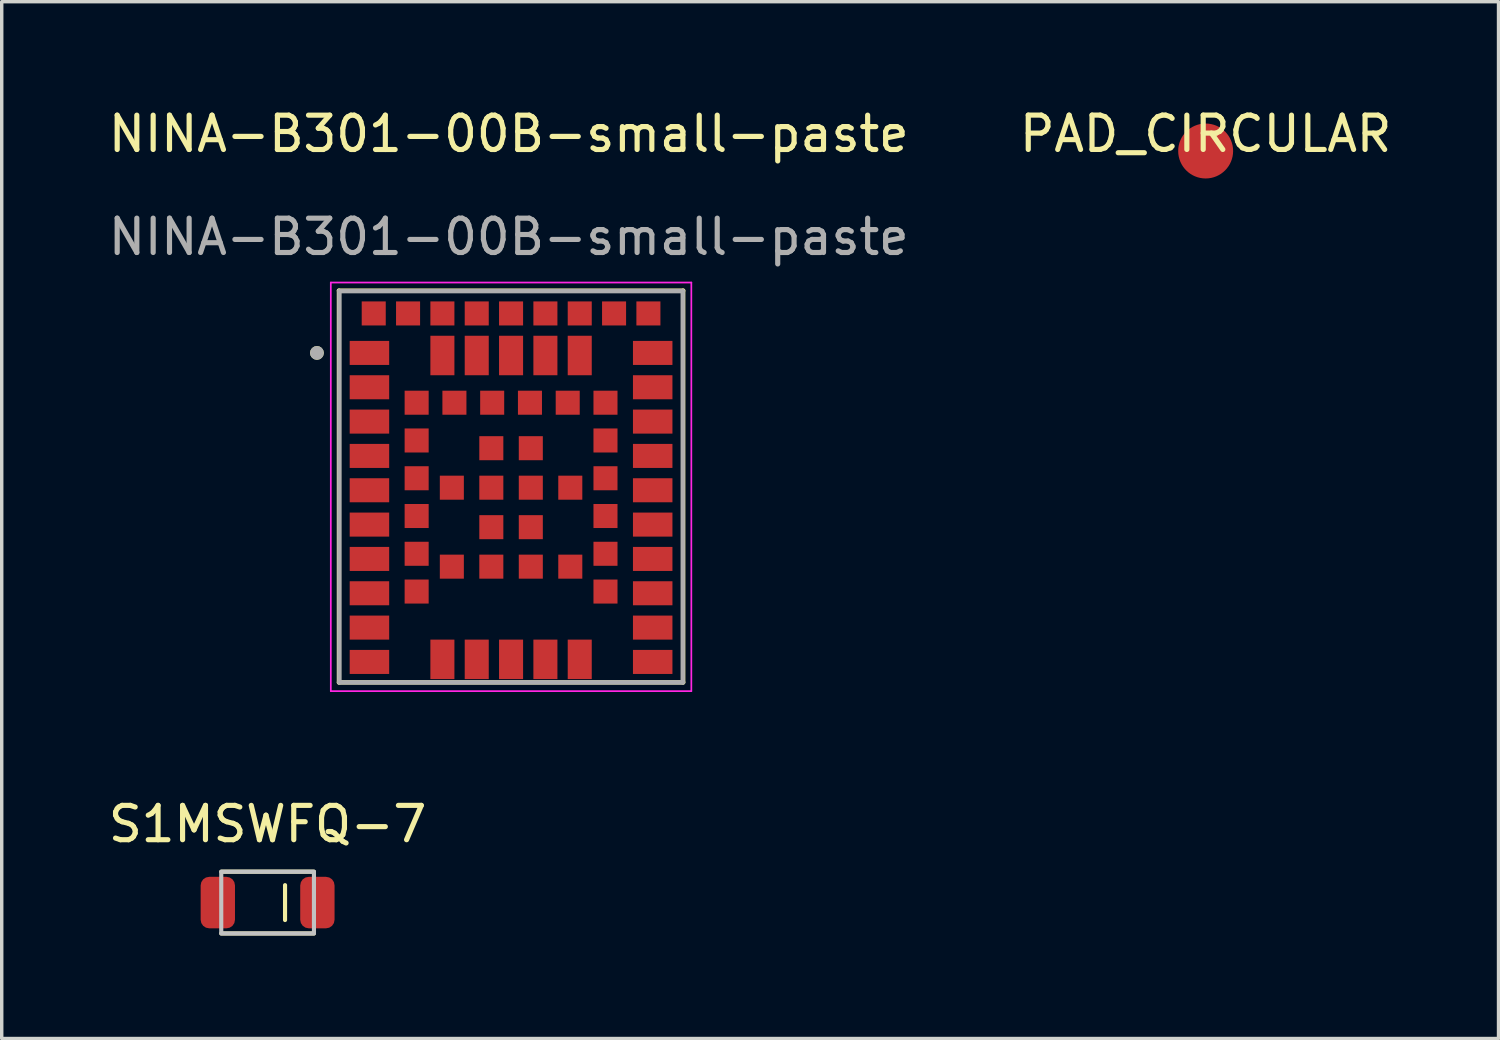
<source format=kicad_pcb>
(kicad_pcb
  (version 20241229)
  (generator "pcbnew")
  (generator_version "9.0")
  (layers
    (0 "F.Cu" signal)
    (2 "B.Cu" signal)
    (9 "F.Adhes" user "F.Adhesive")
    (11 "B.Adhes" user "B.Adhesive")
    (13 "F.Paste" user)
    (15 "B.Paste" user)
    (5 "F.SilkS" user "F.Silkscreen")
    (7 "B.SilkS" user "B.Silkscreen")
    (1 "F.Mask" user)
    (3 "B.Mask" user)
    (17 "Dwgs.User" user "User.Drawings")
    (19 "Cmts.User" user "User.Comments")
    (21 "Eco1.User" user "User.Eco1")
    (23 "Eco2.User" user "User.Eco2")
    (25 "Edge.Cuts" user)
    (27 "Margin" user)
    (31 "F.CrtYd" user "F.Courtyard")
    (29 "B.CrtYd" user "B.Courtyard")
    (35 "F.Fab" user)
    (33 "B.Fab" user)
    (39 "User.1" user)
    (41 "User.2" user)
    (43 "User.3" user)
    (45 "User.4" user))
  (footprint "S1MSWFQ-7"
    (layer "F.Cu")
    (at 4.744 23.238)
    (property "Reference" "S1MSWFQ-7" (at 0 -2.286 0) (unlocked yes) (layer "F.SilkS") (effects (font (size 1 1) (thickness 0.15))))
    (attr smd)
    (fp_line (start 0.508 -0.508) (end 0.508 0.508) (stroke (width 0.12) (type default)) (layer "F.SilkS"))
    (fp_line (start 1.35 -0.9) (end -1.35 -0.9) (stroke (width 0.12) (type default)) (layer "F.SilkS"))
    (fp_line (start 1.35 0.9) (end -1.35 0.9) (stroke (width 0.12) (type default)) (layer "F.SilkS"))
    (fp_rect (start -1.35 -0.9) (end 1.35 0.9) (stroke (width 0.12) (type default)) (fill no) (layer "Dwgs.User"))
    (pad "1" smd roundrect (at -1.45 0) (size 1 1.5) (layers "F.Cu" "F.Mask" "F.Paste") (roundrect_rratio 0.25))
    (pad "2" smd roundrect (at 1.45 0) (size 1 1.5) (layers "F.Cu" "F.Mask" "F.Paste") (roundrect_rratio 0.25)))
  (footprint "PAD_CIRCULAR"
    (layer "F.Cu")
    (at 32.065 1.348)
    (property "Reference" "PAD_CIRCULAR" (at 0 -0.5 0) (unlocked yes) (layer "F.SilkS") (effects (font (size 1 1) (thickness 0.15))))
    (attr smd)
    (pad "1" smd circle (at 0 0) (size 1.6 1.6) (layers "F.Cu" "F.Mask" "F.Paste")))
  (footprint "NINA-B301-00B-small-paste"
    (layer "F.Cu")
    (at 11.835 11.73)
    (property "Reference" "NINA-B301-00B-small-paste" (at -0.067 -10.881 0) (unlocked yes) (layer "F.SilkS") (effects (font (size 1 1) (thickness 0.15))))
    (attr smd)
    (fp_line (start -5.013 -6.314) (end 5.013 -6.314) (stroke (width 0.127) (type solid)) (layer "F.SilkS"))
    (fp_line (start -5.013 5.095) (end -5.013 -6.314) (stroke (width 0.127) (type solid)) (layer "F.SilkS"))
    (fp_line (start 5.013 -6.314) (end 5.013 5.095) (stroke (width 0.127) (type solid)) (layer "F.SilkS"))
    (fp_line (start 5.013 5.095) (end -5.013 5.095) (stroke (width 0.127) (type solid)) (layer "F.SilkS"))
    (fp_circle (center -5.654 -4.501) (end -5.554 -4.501) (stroke (width 0.2) (type solid)) (fill no) (layer "F.SilkS"))
    (fp_line (start -5.25 -6.551) (end 5.25 -6.551) (stroke (width 0.05) (type solid)) (layer "F.CrtYd"))
    (fp_line (start -5.25 5.349) (end -5.25 -6.551) (stroke (width 0.05) (type solid)) (layer "F.CrtYd"))
    (fp_line (start 5.25 -6.551) (end 5.25 5.349) (stroke (width 0.05) (type solid)) (layer "F.CrtYd"))
    (fp_line (start 5.25 5.349) (end -5.25 5.349) (stroke (width 0.05) (type solid)) (layer "F.CrtYd"))
    (fp_line (start -5 -6.301) (end 5 -6.301) (stroke (width 0.127) (type solid)) (layer "F.Fab"))
    (fp_line (start -5 5.095) (end -5 -6.301) (stroke (width 0.127) (type solid)) (layer "F.Fab"))
    (fp_line (start 5 -6.301) (end 5 5.095) (stroke (width 0.127) (type solid)) (layer "F.Fab"))
    (fp_line (start 5 5.095) (end -5 5.095) (stroke (width 0.127) (type solid)) (layer "F.Fab"))
    (fp_circle (center -5.654 -4.501) (end -5.554 -4.501) (stroke (width 0.2) (type solid)) (fill no) (layer "F.Fab"))
    (fp_text user "${REFERENCE}" (at -0.067 -7.881 0) (unlocked yes) (layer "F.Fab") (effects (font (size 1 1) (thickness 0.15))))
    (pad "1" smd rect (at -4.125 -4.501) (size 0.7 0.5) (layers "F.Cu" "F.Paste"))
    (pad "1" smd rect (at -4.125 -4.501) (size 1.15 0.7) (layers "F.Cu" "F.Mask"))
    (pad "2" smd rect (at -4.125 -3.501) (size 0.7 0.5) (layers "F.Cu" "F.Paste"))
    (pad "2" smd rect (at -4.125 -3.501) (size 1.15 0.7) (layers "F.Cu" "F.Mask"))
    (pad "3" smd rect (at -4.125 -2.501) (size 0.7 0.5) (layers "F.Cu" "F.Paste"))
    (pad "3" smd rect (at -4.125 -2.501) (size 1.15 0.7) (layers "F.Cu" "F.Mask"))
    (pad "4" smd rect (at -4.125 -1.501) (size 0.7 0.5) (layers "F.Cu" "F.Paste"))
    (pad "4" smd rect (at -4.125 -1.501) (size 1.15 0.7) (layers "F.Cu" "F.Mask"))
    (pad "5" smd rect (at -4.125 -0.501) (size 0.7 0.5) (layers "F.Cu" "F.Paste"))
    (pad "5" smd rect (at -4.125 -0.501) (size 1.15 0.7) (layers "F.Cu" "F.Mask"))
    (pad "6" smd rect (at -4.125 0.499) (size 0.7 0.5) (layers "F.Cu" "F.Paste"))
    (pad "6" smd rect (at -4.125 0.499) (size 1.15 0.7) (layers "F.Cu" "F.Mask"))
    (pad "7" smd rect (at -4.125 1.499) (size 0.7 0.5) (layers "F.Cu" "F.Paste"))
    (pad "7" smd rect (at -4.125 1.499) (size 1.15 0.7) (layers "F.Cu" "F.Mask"))
    (pad "8" smd rect (at -4.125 2.499) (size 0.7 0.5) (layers "F.Cu" "F.Paste"))
    (pad "8" smd rect (at -4.125 2.499) (size 1.15 0.7) (layers "F.Cu" "F.Mask"))
    (pad "9" smd rect (at -4.125 3.499) (size 0.7 0.5) (layers "F.Cu" "F.Paste"))
    (pad "9" smd rect (at -4.125 3.499) (size 1.15 0.7) (layers "F.Cu" "F.Mask"))
    (pad "10" smd rect (at -4.125 4.499) (size 0.7 0.5) (layers "F.Cu" "F.Paste"))
    (pad "10" smd rect (at -4.125 4.499) (size 1.15 0.7) (layers "F.Cu" "F.Mask"))
    (pad "11" smd rect (at -2 4.424 90) (size 0.7 0.5) (layers "F.Cu" "F.Paste"))
    (pad "11" smd rect (at -2 4.424 90) (size 1.15 0.7) (layers "F.Cu" "F.Mask"))
    (pad "12" smd rect (at -1 4.424 90) (size 0.7 0.5) (layers "F.Cu" "F.Paste"))
    (pad "12" smd rect (at -1 4.424 90) (size 1.15 0.7) (layers "F.Cu" "F.Mask"))
    (pad "13" smd rect (at 0 4.424 90) (size 0.7 0.5) (layers "F.Cu" "F.Paste"))
    (pad "13" smd rect (at 0 4.424 90) (size 1.15 0.7) (layers "F.Cu" "F.Mask"))
    (pad "14" smd rect (at 1 4.424 90) (size 0.7 0.5) (layers "F.Cu" "F.Paste"))
    (pad "14" smd rect (at 1 4.424 90) (size 1.15 0.7) (layers "F.Cu" "F.Mask"))
    (pad "15" smd rect (at 2 4.424 90) (size 0.7 0.5) (layers "F.Cu" "F.Paste"))
    (pad "15" smd rect (at 2 4.424 90) (size 1.15 0.7) (layers "F.Cu" "F.Mask"))
    (pad "16" smd rect (at 4.125 4.499) (size 0.7 0.5) (layers "F.Cu" "F.Paste"))
    (pad "16" smd rect (at 4.125 4.499) (size 1.15 0.7) (layers "F.Cu" "F.Mask"))
    (pad "17" smd rect (at 4.125 3.499) (size 0.7 0.5) (layers "F.Cu" "F.Paste"))
    (pad "17" smd rect (at 4.125 3.499) (size 1.15 0.7) (layers "F.Cu" "F.Mask"))
    (pad "18" smd rect (at 4.125 2.499) (size 0.7 0.5) (layers "F.Cu" "F.Paste"))
    (pad "18" smd rect (at 4.125 2.499) (size 1.15 0.7) (layers "F.Cu" "F.Mask"))
    (pad "19" smd rect (at 4.125 1.499) (size 0.7 0.5) (layers "F.Cu" "F.Paste"))
    (pad "19" smd rect (at 4.125 1.499) (size 1.15 0.7) (layers "F.Cu" "F.Mask"))
    (pad "20" smd rect (at 4.125 0.499) (size 0.7 0.5) (layers "F.Cu" "F.Paste"))
    (pad "20" smd rect (at 4.125 0.499) (size 1.15 0.7) (layers "F.Cu" "F.Mask"))
    (pad "21" smd rect (at 4.125 -0.501) (size 0.7 0.5) (layers "F.Cu" "F.Paste"))
    (pad "21" smd rect (at 4.125 -0.501) (size 1.15 0.7) (layers "F.Cu" "F.Mask"))
    (pad "22" smd rect (at 4.125 -1.501) (size 0.7 0.5) (layers "F.Cu" "F.Paste"))
    (pad "22" smd rect (at 4.125 -1.501) (size 1.15 0.7) (layers "F.Cu" "F.Mask"))
    (pad "23" smd rect (at 4.125 -2.501) (size 0.7 0.5) (layers "F.Cu" "F.Paste"))
    (pad "23" smd rect (at 4.125 -2.501) (size 1.15 0.7) (layers "F.Cu" "F.Mask"))
    (pad "24" smd rect (at 4.125 -3.501) (size 0.7 0.5) (layers "F.Cu" "F.Paste"))
    (pad "24" smd rect (at 4.125 -3.501) (size 1.15 0.7) (layers "F.Cu" "F.Mask"))
    (pad "25" smd rect (at 4.125 -4.501) (size 0.7 0.5) (layers "F.Cu" "F.Paste"))
    (pad "25" smd rect (at 4.125 -4.501) (size 1.15 0.7) (layers "F.Cu" "F.Mask"))
    (pad "26" smd rect (at 2 -4.426) (size 0.5 0.7) (layers "F.Cu" "F.Paste"))
    (pad "26" smd rect (at 2 -4.426) (size 0.7 1.15) (layers "F.Cu" "F.Mask"))
    (pad "27" smd rect (at 1 -4.426) (size 0.5 0.7) (layers "F.Cu" "F.Paste"))
    (pad "27" smd rect (at 1 -4.426) (size 0.7 1.15) (layers "F.Cu" "F.Mask"))
    (pad "28" smd rect (at 0 -4.426) (size 0.5 0.7) (layers "F.Cu" "F.Paste"))
    (pad "28" smd rect (at 0 -4.426) (size 0.7 1.15) (layers "F.Cu" "F.Mask"))
    (pad "29" smd rect (at -1 -4.426) (size 0.5 0.7) (layers "F.Cu" "F.Paste"))
    (pad "29" smd rect (at -1 -4.426) (size 0.7 1.15) (layers "F.Cu" "F.Mask"))
    (pad "30" smd rect (at -2 -4.426) (size 0.5 0.7) (layers "F.Cu" "F.Paste"))
    (pad "30" smd rect (at -2 -4.426) (size 0.7 1.15) (layers "F.Cu" "F.Mask"))
    (pad "31" smd rect (at -2.75 -3.051) (size 0.5 0.5) (layers "F.Cu" "F.Paste"))
    (pad "31" smd rect (at -2.75 -3.051) (size 0.7 0.7) (layers "F.Cu" "F.Mask"))
    (pad "32" smd rect (at -2.75 -1.951) (size 0.5 0.5) (layers "F.Cu" "F.Paste"))
    (pad "32" smd rect (at -2.75 -1.951) (size 0.7 0.7) (layers "F.Cu" "F.Mask"))
    (pad "33" smd rect (at -2.75 -0.851) (size 0.5 0.5) (layers "F.Cu" "F.Paste"))
    (pad "33" smd rect (at -2.75 -0.851) (size 0.7 0.7) (layers "F.Cu" "F.Mask"))
    (pad "34" smd rect (at -2.75 0.249) (size 0.5 0.5) (layers "F.Cu" "F.Paste"))
    (pad "34" smd rect (at -2.75 0.249) (size 0.7 0.7) (layers "F.Cu" "F.Mask"))
    (pad "35" smd rect (at -2.75 1.349) (size 0.5 0.5) (layers "F.Cu" "F.Paste"))
    (pad "35" smd rect (at -2.75 1.349) (size 0.7 0.7) (layers "F.Cu" "F.Mask"))
    (pad "36" smd rect (at -2.75 2.449) (size 0.5 0.5) (layers "F.Cu" "F.Paste"))
    (pad "36" smd rect (at -2.75 2.449) (size 0.7 0.7) (layers "F.Cu" "F.Mask"))
    (pad "37" smd rect (at 2.75 2.449) (size 0.5 0.5) (layers "F.Cu" "F.Paste"))
    (pad "37" smd rect (at 2.75 2.449) (size 0.7 0.7) (layers "F.Cu" "F.Mask"))
    (pad "38" smd rect (at 2.75 1.349) (size 0.5 0.5) (layers "F.Cu" "F.Paste"))
    (pad "38" smd rect (at 2.75 1.349) (size 0.7 0.7) (layers "F.Cu" "F.Mask"))
    (pad "39" smd rect (at 2.75 0.249) (size 0.5 0.5) (layers "F.Cu" "F.Paste"))
    (pad "39" smd rect (at 2.75 0.249) (size 0.7 0.7) (layers "F.Cu" "F.Mask"))
    (pad "40" smd rect (at 2.75 -0.851) (size 0.5 0.5) (layers "F.Cu" "F.Paste"))
    (pad "40" smd rect (at 2.75 -0.851) (size 0.7 0.7) (layers "F.Cu" "F.Mask"))
    (pad "41" smd rect (at 2.75 -1.951) (size 0.5 0.5) (layers "F.Cu" "F.Paste"))
    (pad "41" smd rect (at 2.75 -1.951) (size 0.7 0.7) (layers "F.Cu" "F.Mask"))
    (pad "42" smd rect (at 2.75 -3.051) (size 0.5 0.5) (layers "F.Cu" "F.Paste"))
    (pad "42" smd rect (at 2.75 -3.051) (size 0.7 0.7) (layers "F.Cu" "F.Mask"))
    (pad "43" smd rect (at 1.65 -3.051) (size 0.5 0.5) (layers "F.Cu" "F.Paste"))
    (pad "43" smd rect (at 1.65 -3.051) (size 0.7 0.7) (layers "F.Cu" "F.Mask"))
    (pad "44" smd rect (at 0.55 -3.051) (size 0.5 0.5) (layers "F.Cu" "F.Paste"))
    (pad "44" smd rect (at 0.55 -3.051) (size 0.7 0.7) (layers "F.Cu" "F.Mask"))
    (pad "45" smd rect (at -0.55 -3.051) (size 0.5 0.5) (layers "F.Cu" "F.Paste"))
    (pad "45" smd rect (at -0.55 -3.051) (size 0.7 0.7) (layers "F.Cu" "F.Mask"))
    (pad "46" smd rect (at -1.65 -3.051) (size 0.5 0.5) (layers "F.Cu" "F.Paste"))
    (pad "46" smd rect (at -1.65 -3.051) (size 0.7 0.7) (layers "F.Cu" "F.Mask"))
    (pad "47" smd rect (at 4 -5.651) (size 0.5 0.5) (layers "F.Cu" "F.Paste"))
    (pad "47" smd rect (at 4 -5.651) (size 0.7 0.7) (layers "F.Cu" "F.Mask"))
    (pad "48" smd rect (at 3 -5.651) (size 0.5 0.5) (layers "F.Cu" "F.Paste"))
    (pad "48" smd rect (at 3 -5.651) (size 0.7 0.7) (layers "F.Cu" "F.Mask"))
    (pad "49" smd rect (at 2 -5.651) (size 0.5 0.5) (layers "F.Cu" "F.Paste"))
    (pad "49" smd rect (at 2 -5.651) (size 0.7 0.7) (layers "F.Cu" "F.Mask"))
    (pad "50" smd rect (at 1 -5.651) (size 0.5 0.5) (layers "F.Cu" "F.Paste"))
    (pad "50" smd rect (at 1 -5.651) (size 0.7 0.7) (layers "F.Cu" "F.Mask"))
    (pad "51" smd rect (at 0 -5.651) (size 0.5 0.5) (layers "F.Cu" "F.Paste"))
    (pad "51" smd rect (at 0 -5.651) (size 0.7 0.7) (layers "F.Cu" "F.Mask"))
    (pad "52" smd rect (at -1 -5.651) (size 0.5 0.5) (layers "F.Cu" "F.Paste"))
    (pad "52" smd rect (at -1 -5.651) (size 0.7 0.7) (layers "F.Cu" "F.Mask"))
    (pad "53" smd rect (at -2 -5.651) (size 0.5 0.5) (layers "F.Cu" "F.Paste"))
    (pad "53" smd rect (at -2 -5.651) (size 0.7 0.7) (layers "F.Cu" "F.Mask"))
    (pad "54" smd rect (at -3 -5.651) (size 0.5 0.5) (layers "F.Cu" "F.Paste"))
    (pad "54" smd rect (at -3 -5.651) (size 0.7 0.7) (layers "F.Cu" "F.Mask"))
    (pad "55" smd rect (at -4 -5.651) (size 0.5 0.5) (layers "F.Cu" "F.Paste"))
    (pad "55" smd rect (at -4 -5.651) (size 0.7 0.7) (layers "F.Cu" "F.Mask"))
    (pad "EGP1" smd rect (at -0.575 -1.726) (size 0.5 0.5) (layers "F.Cu" "F.Paste"))
    (pad "EGP1" smd rect (at -0.575 -1.726) (size 0.7 0.7) (layers "F.Cu" "F.Mask"))
    (pad "EGP2" smd rect (at 0.575 -1.726) (size 0.5 0.5) (layers "F.Cu" "F.Paste"))
    (pad "EGP2" smd rect (at 0.575 -1.726) (size 0.7 0.7) (layers "F.Cu" "F.Mask"))
    (pad "EGP3" smd rect (at -1.725 -0.576) (size 0.5 0.5) (layers "F.Cu" "F.Paste"))
    (pad "EGP3" smd rect (at -1.725 -0.576) (size 0.7 0.7) (layers "F.Cu" "F.Mask"))
    (pad "EGP4" smd rect (at -0.575 -0.576) (size 0.5 0.5) (layers "F.Cu" "F.Paste"))
    (pad "EGP4" smd rect (at -0.575 -0.576) (size 0.7 0.7) (layers "F.Cu" "F.Mask"))
    (pad "EGP5" smd rect (at 0.575 -0.576) (size 0.5 0.5) (layers "F.Cu" "F.Paste"))
    (pad "EGP5" smd rect (at 0.575 -0.576) (size 0.7 0.7) (layers "F.Cu" "F.Mask"))
    (pad "EGP6" smd rect (at 1.725 -0.576) (size 0.5 0.5) (layers "F.Cu" "F.Paste"))
    (pad "EGP6" smd rect (at 1.725 -0.576) (size 0.7 0.7) (layers "F.Cu" "F.Mask"))
    (pad "EGP7" smd rect (at -0.575 0.574) (size 0.5 0.5) (layers "F.Cu" "F.Paste"))
    (pad "EGP7" smd rect (at -0.575 0.574) (size 0.7 0.7) (layers "F.Cu" "F.Mask"))
    (pad "EGP8" smd rect (at 0.575 0.574) (size 0.5 0.5) (layers "F.Cu" "F.Paste"))
    (pad "EGP8" smd rect (at 0.575 0.574) (size 0.7 0.7) (layers "F.Cu" "F.Mask"))
    (pad "EGP9" smd rect (at -1.725 1.724) (size 0.5 0.5) (layers "F.Cu" "F.Paste"))
    (pad "EGP9" smd rect (at -1.725 1.724) (size 0.7 0.7) (layers "F.Cu" "F.Mask"))
    (pad "EGP10" smd rect (at -0.575 1.724) (size 0.5 0.5) (layers "F.Cu" "F.Paste"))
    (pad "EGP10" smd rect (at -0.575 1.724) (size 0.7 0.7) (layers "F.Cu" "F.Mask"))
    (pad "EGP11" smd rect (at 0.575 1.724) (size 0.5 0.5) (layers "F.Cu" "F.Paste"))
    (pad "EGP11" smd rect (at 0.575 1.724) (size 0.7 0.7) (layers "F.Cu" "F.Mask"))
    (pad "EGP12" smd rect (at 1.725 1.724) (size 0.5 0.5) (layers "F.Cu" "F.Paste"))
    (pad "EGP12" smd rect (at 1.725 1.724) (size 0.7 0.7) (layers "F.Cu" "F.Mask")))
  (gr_rect
    (start -3 -3)
    (end 40.595 27.198)
    (stroke (width 0.1) (type default))
    (fill no)
    (layer "Edge.Cuts")))
</source>
